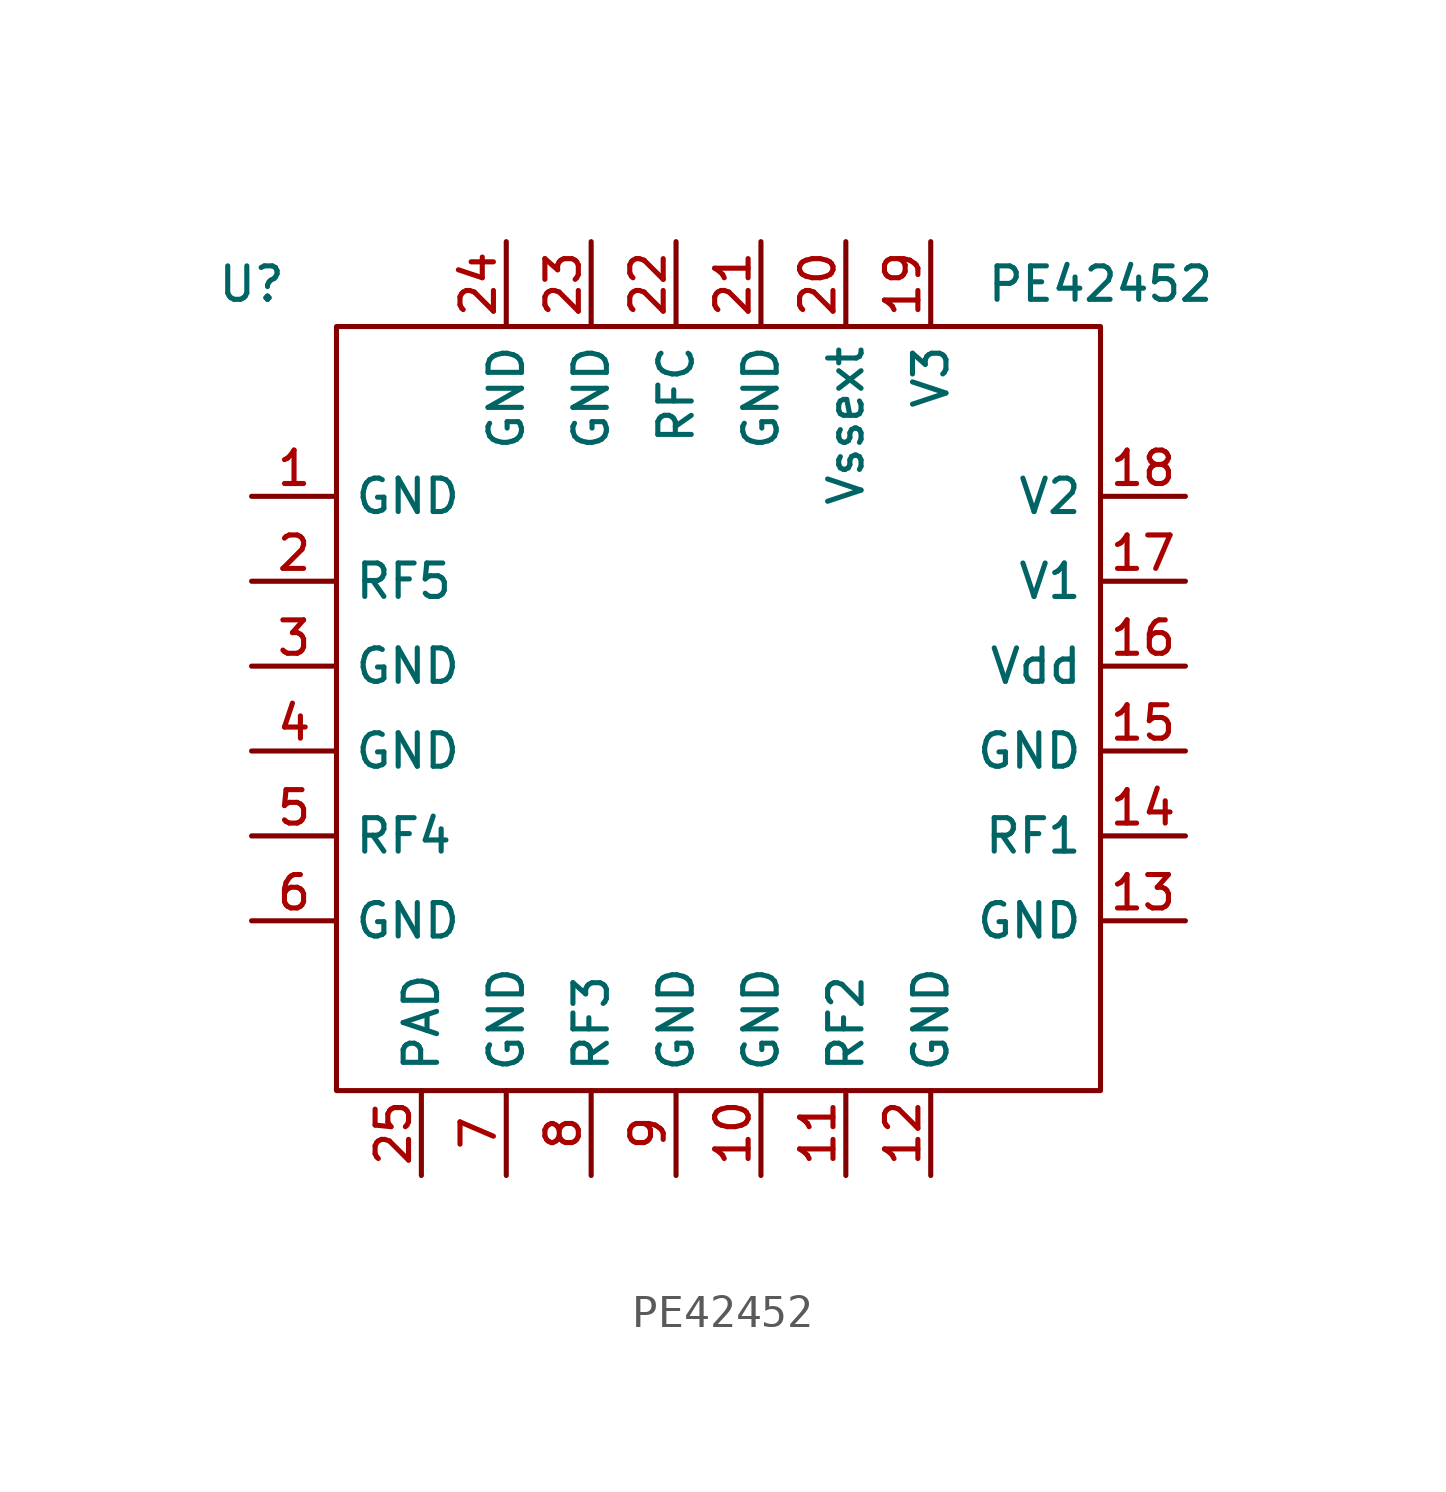
<source format=kicad_sym>
(kicad_symbol_lib
  (version 20211014)
  (generator kicad_symbol_editor)
  (symbol "PE42452"
    (property "Reference" "U"
      (at -13.97 12.7 0)
      (effects (font (size 1 1))))
    (property "Value" "PE42452"
      (at 11.43 12.7 0)
      (effects (font (size 1 1))))
    (symbol "PE42452_0_1"
      (rectangle (start -11.43 11.43) (end 11.43 -11.43) (stroke (width 0.152) (type default) (color 0 0 0 0)) (fill (type none))))
    (symbol "PE42452_1_1"
      (pin power_in line (at -13.97 6.35 0) (length 2.54) (name "GND" (effects (font (size 1 1)))) (number "1" (effects (font (size 1 1)))))
      (pin power_in line (at 1.27 -13.97 90) (length 2.54) (name "GND" (effects (font (size 1 1)))) (number "10" (effects (font (size 1 1)))))
      (pin bidirectional line (at 3.81 -13.97 90) (length 2.54) (name "RF2" (effects (font (size 1 1)))) (number "11" (effects (font (size 1 1)))))
      (pin power_in line (at 6.35 -13.97 90) (length 2.54) (name "GND" (effects (font (size 1 1)))) (number "12" (effects (font (size 1 1)))))
      (pin power_in line (at 13.97 -6.35 180) (length 2.54) (name "GND" (effects (font (size 1 1)))) (number "13" (effects (font (size 1 1)))))
      (pin bidirectional line (at 13.97 -3.81 180) (length 2.54) (name "RF1" (effects (font (size 1 1)))) (number "14" (effects (font (size 1 1)))))
      (pin power_in line (at 13.97 -1.27 180) (length 2.54) (name "GND" (effects (font (size 1 1)))) (number "15" (effects (font (size 1 1)))))
      (pin power_in line (at 13.97 1.27 180) (length 2.54) (name "Vdd" (effects (font (size 1 1)))) (number "16" (effects (font (size 1 1)))))
      (pin input line (at 13.97 3.81 180) (length 2.54) (name "V1" (effects (font (size 1 1)))) (number "17" (effects (font (size 1 1)))))
      (pin input line (at 13.97 6.35 180) (length 2.54) (name "V2" (effects (font (size 1 1)))) (number "18" (effects (font (size 1 1)))))
      (pin input line (at 6.35 13.97 270) (length 2.54) (name "V3" (effects (font (size 1 1)))) (number "19" (effects (font (size 1 1)))))
      (pin bidirectional line (at -13.97 3.81 0) (length 2.54) (name "RF5" (effects (font (size 1 1)))) (number "2" (effects (font (size 1 1)))))
      (pin input line (at 3.81 13.97 270) (length 2.54) (name "Vssext" (effects (font (size 1 1)))) (number "20" (effects (font (size 1 1)))))
      (pin power_in line (at 1.27 13.97 270) (length 2.54) (name "GND" (effects (font (size 1 1)))) (number "21" (effects (font (size 1 1)))))
      (pin bidirectional line (at -1.27 13.97 270) (length 2.54) (name "RFC" (effects (font (size 1 1)))) (number "22" (effects (font (size 1 1)))))
      (pin power_in line (at -3.81 13.97 270) (length 2.54) (name "GND" (effects (font (size 1 1)))) (number "23" (effects (font (size 1 1)))))
      (pin power_in line (at -6.35 13.97 270) (length 2.54) (name "GND" (effects (font (size 1 1)))) (number "24" (effects (font (size 1 1)))))
      (pin power_in line (at -8.89 -13.97 90) (length 2.54) (name "PAD" (effects (font (size 1 1)))) (number "25" (effects (font (size 1 1)))))
      (pin power_in line (at -13.97 1.27 0) (length 2.54) (name "GND" (effects (font (size 1 1)))) (number "3" (effects (font (size 1 1)))))
      (pin power_in line (at -13.97 -1.27 0) (length 2.54) (name "GND" (effects (font (size 1 1)))) (number "4" (effects (font (size 1 1)))))
      (pin bidirectional line (at -13.97 -3.81 0) (length 2.54) (name "RF4" (effects (font (size 1 1)))) (number "5" (effects (font (size 1 1)))))
      (pin power_in line (at -13.97 -6.35 0) (length 2.54) (name "GND" (effects (font (size 1 1)))) (number "6" (effects (font (size 1 1)))))
      (pin power_in line (at -6.35 -13.97 90) (length 2.54) (name "GND" (effects (font (size 1 1)))) (number "7" (effects (font (size 1 1)))))
      (pin bidirectional line (at -3.81 -13.97 90) (length 2.54) (name "RF3" (effects (font (size 1 1)))) (number "8" (effects (font (size 1 1)))))
      (pin power_in line (at -1.27 -13.97 90) (length 2.54) (name "GND" (effects (font (size 1 1)))) (number "9" (effects (font (size 1 1))))))))
</source>
